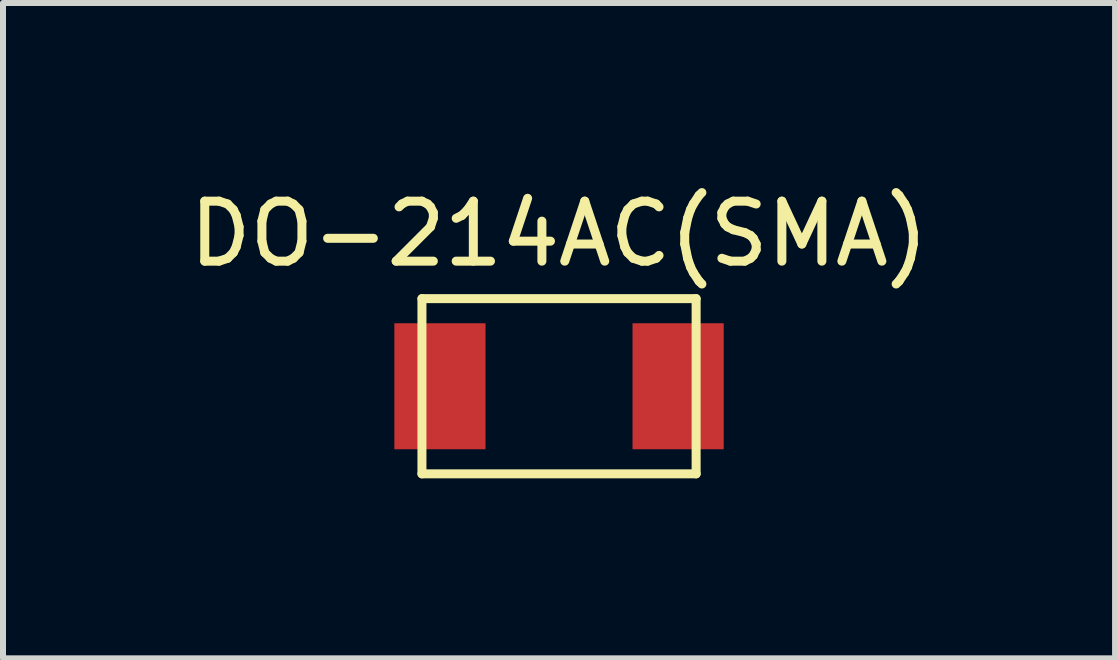
<source format=kicad_pcb>
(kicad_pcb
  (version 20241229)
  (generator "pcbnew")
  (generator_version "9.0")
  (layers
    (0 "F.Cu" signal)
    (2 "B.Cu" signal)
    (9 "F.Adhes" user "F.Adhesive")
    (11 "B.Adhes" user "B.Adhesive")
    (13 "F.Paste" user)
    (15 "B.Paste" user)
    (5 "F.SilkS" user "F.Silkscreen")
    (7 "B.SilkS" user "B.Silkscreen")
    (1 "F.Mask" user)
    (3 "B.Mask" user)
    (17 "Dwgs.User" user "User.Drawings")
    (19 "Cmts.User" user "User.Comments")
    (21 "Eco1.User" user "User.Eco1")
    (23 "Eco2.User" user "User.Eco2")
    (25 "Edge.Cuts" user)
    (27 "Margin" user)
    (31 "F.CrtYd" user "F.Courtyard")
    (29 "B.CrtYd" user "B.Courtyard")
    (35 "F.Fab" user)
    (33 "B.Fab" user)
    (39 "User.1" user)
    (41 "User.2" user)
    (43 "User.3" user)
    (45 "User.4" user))
  (footprint "DO-214AC(SMA)"
    (layer "F.Cu")
    (at 6.268 3.388)
    (property "Reference" "DO-214AC(SMA)" (at 0 -2.54 0) (layer "F.SilkS") (effects (font (size 1 1) (thickness 0.15))))
    (attr through_hole)
    (fp_line (start -2.285 -1.46) (end 2.285 -1.46) (stroke (width 0.15) (type solid)) (layer "F.SilkS"))
    (fp_line (start -2.285 1.46) (end -2.285 -1.46) (stroke (width 0.15) (type solid)) (layer "F.SilkS"))
    (fp_line (start 2.285 -1.46) (end 2.285 1.46) (stroke (width 0.15) (type solid)) (layer "F.SilkS"))
    (fp_line (start 2.285 1.46) (end -2.285 1.46) (stroke (width 0.15) (type solid)) (layer "F.SilkS"))
    (pad "1" smd rect (at -1.985 0) (size 1.52 2.1) (layers "F.Cu" "F.Mask" "F.Paste"))
    (pad "2" smd rect (at 1.985 0) (size 1.52 2.1) (layers "F.Cu" "F.Mask" "F.Paste")))
  (gr_rect
    (start -3 -3)
    (end 15.536 7.923)
    (stroke (width 0.1) (type default))
    (fill no)
    (layer "Edge.Cuts")))
</source>
